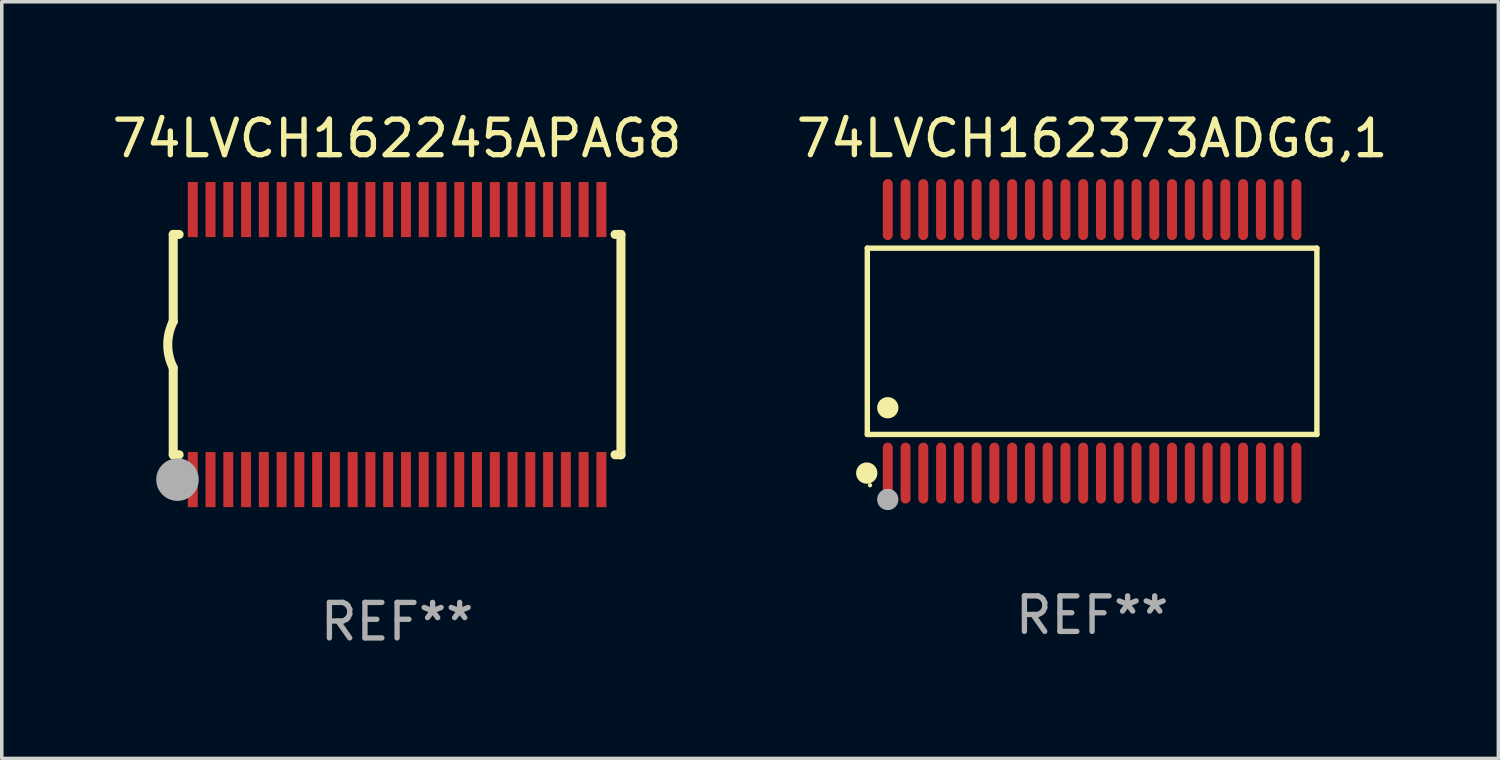
<source format=kicad_pcb>
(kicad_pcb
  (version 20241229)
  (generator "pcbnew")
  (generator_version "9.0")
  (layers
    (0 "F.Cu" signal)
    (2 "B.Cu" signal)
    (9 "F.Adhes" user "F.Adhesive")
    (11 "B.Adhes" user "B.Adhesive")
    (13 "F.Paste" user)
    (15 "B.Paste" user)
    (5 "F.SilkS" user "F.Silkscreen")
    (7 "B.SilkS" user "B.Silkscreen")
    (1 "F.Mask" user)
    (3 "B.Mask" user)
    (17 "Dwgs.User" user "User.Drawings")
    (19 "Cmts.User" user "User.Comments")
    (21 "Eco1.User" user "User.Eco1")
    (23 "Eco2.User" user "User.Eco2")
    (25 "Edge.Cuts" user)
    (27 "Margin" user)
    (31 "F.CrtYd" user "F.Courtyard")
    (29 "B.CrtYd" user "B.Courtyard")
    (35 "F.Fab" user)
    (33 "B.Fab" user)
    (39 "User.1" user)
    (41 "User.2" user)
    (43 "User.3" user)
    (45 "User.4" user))
  (footprint "74LVCH162373ADGG,1"
    (layer "F.Cu")
    (at 27.685 6.556)
    (property "Reference" "74LVCH162373ADGG,1" (at 0 -5.708 0) (layer "F.SilkS") (effects (font (size 1 1) (thickness 0.15))))
    (attr through_hole)
    (fp_line (start -6.326 -2.622) (end 6.326 -2.622) (stroke (width 0.152) (type solid)) (layer "F.SilkS"))
    (fp_line (start -6.326 2.621) (end -6.326 -2.622) (stroke (width 0.152) (type solid)) (layer "F.SilkS"))
    (fp_line (start 6.326 -2.622) (end 6.326 2.621) (stroke (width 0.152) (type solid)) (layer "F.SilkS"))
    (fp_line (start 6.326 2.621) (end -6.326 2.621) (stroke (width 0.152) (type solid)) (layer "F.SilkS"))
    (fp_circle (center -6.342 3.708) (end -6.192 3.708) (stroke (width 0.3) (type solid)) (fill no) (layer "F.SilkS"))
    (fp_circle (center -6.25 4.05) (end -6.22 4.05) (stroke (width 0.06) (type solid)) (fill no) (layer "F.SilkS"))
    (fp_circle (center -5.75 1.869) (end -5.6 1.869) (stroke (width 0.3) (type solid)) (fill no) (layer "F.SilkS"))
    (fp_circle (center -5.75 4.45) (end -5.6 4.45) (stroke (width 0.3) (type solid)) (fill no) (layer "F.Fab"))
    (fp_text user "REF**" (at 0 7.708 0) (layer "F.Fab") (effects (font (size 1 1) (thickness 0.15))))
    (pad "1" smd oval (at -5.75 3.708) (size 0.28 1.715) (layers "F.Cu" "F.Mask" "F.Paste"))
    (pad "2" smd oval (at -5.25 3.708) (size 0.28 1.715) (layers "F.Cu" "F.Mask" "F.Paste"))
    (pad "3" smd oval (at -4.75 3.708) (size 0.28 1.715) (layers "F.Cu" "F.Mask" "F.Paste"))
    (pad "4" smd oval (at -4.25 3.708) (size 0.28 1.715) (layers "F.Cu" "F.Mask" "F.Paste"))
    (pad "5" smd oval (at -3.75 3.708) (size 0.28 1.715) (layers "F.Cu" "F.Mask" "F.Paste"))
    (pad "6" smd oval (at -3.25 3.708) (size 0.28 1.715) (layers "F.Cu" "F.Mask" "F.Paste"))
    (pad "7" smd oval (at -2.75 3.708) (size 0.28 1.715) (layers "F.Cu" "F.Mask" "F.Paste"))
    (pad "8" smd oval (at -2.25 3.708) (size 0.28 1.715) (layers "F.Cu" "F.Mask" "F.Paste"))
    (pad "9" smd oval (at -1.75 3.708) (size 0.28 1.715) (layers "F.Cu" "F.Mask" "F.Paste"))
    (pad "10" smd oval (at -1.25 3.708) (size 0.28 1.715) (layers "F.Cu" "F.Mask" "F.Paste"))
    (pad "11" smd oval (at -0.75 3.708) (size 0.28 1.715) (layers "F.Cu" "F.Mask" "F.Paste"))
    (pad "12" smd oval (at -0.25 3.708) (size 0.28 1.715) (layers "F.Cu" "F.Mask" "F.Paste"))
    (pad "13" smd oval (at 0.25 3.708) (size 0.28 1.715) (layers "F.Cu" "F.Mask" "F.Paste"))
    (pad "14" smd oval (at 0.75 3.708) (size 0.28 1.715) (layers "F.Cu" "F.Mask" "F.Paste"))
    (pad "15" smd oval (at 1.25 3.708) (size 0.28 1.715) (layers "F.Cu" "F.Mask" "F.Paste"))
    (pad "16" smd oval (at 1.75 3.708) (size 0.28 1.715) (layers "F.Cu" "F.Mask" "F.Paste"))
    (pad "17" smd oval (at 2.25 3.708) (size 0.28 1.715) (layers "F.Cu" "F.Mask" "F.Paste"))
    (pad "18" smd oval (at 2.75 3.708) (size 0.28 1.715) (layers "F.Cu" "F.Mask" "F.Paste"))
    (pad "19" smd oval (at 3.25 3.708) (size 0.28 1.715) (layers "F.Cu" "F.Mask" "F.Paste"))
    (pad "20" smd oval (at 3.75 3.708) (size 0.28 1.715) (layers "F.Cu" "F.Mask" "F.Paste"))
    (pad "21" smd oval (at 4.25 3.708) (size 0.28 1.715) (layers "F.Cu" "F.Mask" "F.Paste"))
    (pad "22" smd oval (at 4.75 3.708) (size 0.28 1.715) (layers "F.Cu" "F.Mask" "F.Paste"))
    (pad "23" smd oval (at 5.25 3.708) (size 0.28 1.715) (layers "F.Cu" "F.Mask" "F.Paste"))
    (pad "24" smd oval (at 5.75 3.708) (size 0.28 1.715) (layers "F.Cu" "F.Mask" "F.Paste"))
    (pad "25" smd oval (at 5.75 -3.708) (size 0.28 1.715) (layers "F.Cu" "F.Mask" "F.Paste"))
    (pad "26" smd oval (at 5.25 -3.708) (size 0.28 1.715) (layers "F.Cu" "F.Mask" "F.Paste"))
    (pad "27" smd oval (at 4.75 -3.708) (size 0.28 1.715) (layers "F.Cu" "F.Mask" "F.Paste"))
    (pad "28" smd oval (at 4.25 -3.708) (size 0.28 1.715) (layers "F.Cu" "F.Mask" "F.Paste"))
    (pad "29" smd oval (at 3.75 -3.708) (size 0.28 1.715) (layers "F.Cu" "F.Mask" "F.Paste"))
    (pad "30" smd oval (at 3.25 -3.708) (size 0.28 1.715) (layers "F.Cu" "F.Mask" "F.Paste"))
    (pad "31" smd oval (at 2.75 -3.708) (size 0.28 1.715) (layers "F.Cu" "F.Mask" "F.Paste"))
    (pad "32" smd oval (at 2.25 -3.708) (size 0.28 1.715) (layers "F.Cu" "F.Mask" "F.Paste"))
    (pad "33" smd oval (at 1.75 -3.708) (size 0.28 1.715) (layers "F.Cu" "F.Mask" "F.Paste"))
    (pad "34" smd oval (at 1.25 -3.708) (size 0.28 1.715) (layers "F.Cu" "F.Mask" "F.Paste"))
    (pad "35" smd oval (at 0.75 -3.708) (size 0.28 1.715) (layers "F.Cu" "F.Mask" "F.Paste"))
    (pad "36" smd oval (at 0.25 -3.708) (size 0.28 1.715) (layers "F.Cu" "F.Mask" "F.Paste"))
    (pad "37" smd oval (at -0.25 -3.708) (size 0.28 1.715) (layers "F.Cu" "F.Mask" "F.Paste"))
    (pad "38" smd oval (at -0.75 -3.708) (size 0.28 1.715) (layers "F.Cu" "F.Mask" "F.Paste"))
    (pad "39" smd oval (at -1.25 -3.708) (size 0.28 1.715) (layers "F.Cu" "F.Mask" "F.Paste"))
    (pad "40" smd oval (at -1.75 -3.708) (size 0.28 1.715) (layers "F.Cu" "F.Mask" "F.Paste"))
    (pad "41" smd oval (at -2.25 -3.708) (size 0.28 1.715) (layers "F.Cu" "F.Mask" "F.Paste"))
    (pad "42" smd oval (at -2.75 -3.708) (size 0.28 1.715) (layers "F.Cu" "F.Mask" "F.Paste"))
    (pad "43" smd oval (at -3.25 -3.708) (size 0.28 1.715) (layers "F.Cu" "F.Mask" "F.Paste"))
    (pad "44" smd oval (at -3.75 -3.708) (size 0.28 1.715) (layers "F.Cu" "F.Mask" "F.Paste"))
    (pad "45" smd oval (at -4.25 -3.708) (size 0.28 1.715) (layers "F.Cu" "F.Mask" "F.Paste"))
    (pad "46" smd oval (at -4.75 -3.708) (size 0.28 1.715) (layers "F.Cu" "F.Mask" "F.Paste"))
    (pad "47" smd oval (at -5.25 -3.708) (size 0.28 1.715) (layers "F.Cu" "F.Mask" "F.Paste"))
    (pad "48" smd oval (at -5.75 -3.708) (size 0.28 1.715) (layers "F.Cu" "F.Mask" "F.Paste")))
  (footprint "74LVCH162245APAG8"
    (layer "F.Cu")
    (at 8.125 6.648)
    (property "Reference" "74LVCH162245APAG8" (at 0 -5.8 0) (layer "F.SilkS") (effects (font (size 1 1) (thickness 0.15))))
    (attr through_hole)
    (fp_line (start -6.3 -3.1) (end -6.3 -0.65) (stroke (width 0.254) (type solid)) (layer "F.SilkS"))
    (fp_line (start -6.3 -3.1) (end -6.134 -3.1) (stroke (width 0.254) (type solid)) (layer "F.SilkS"))
    (fp_line (start -6.3 3.1) (end -6.3 0.65) (stroke (width 0.254) (type solid)) (layer "F.SilkS"))
    (fp_line (start -6.3 3.1) (end -6.134 3.1) (stroke (width 0.254) (type solid)) (layer "F.SilkS"))
    (fp_line (start 6.134 -3.1) (end 6.3 -3.1) (stroke (width 0.254) (type solid)) (layer "F.SilkS"))
    (fp_line (start 6.134 3.1) (end 6.3 3.1) (stroke (width 0.254) (type solid)) (layer "F.SilkS"))
    (fp_line (start 6.3 -3.1) (end 6.3 3.1) (stroke (width 0.254) (type solid)) (layer "F.SilkS"))
    (fp_arc (start -6.301016 0.650114) (mid -6.45413 -0.000082) (end -6.3 -0.650038) (stroke (width 0.254001) (type solid)) (layer "F.SilkS"))
    (fp_circle (center -6.35 3.81) (end -6.223 3.81) (stroke (width 0.254) (type solid)) (fill no) (layer "F.SilkS"))
    (fp_circle (center -6.25 4.05) (end -6.22 4.05) (stroke (width 0.06) (type solid)) (fill no) (layer "F.SilkS"))
    (fp_circle (center -6.18 3.8) (end -5.88 3.8) (stroke (width 0.6) (type solid)) (fill no) (layer "F.Fab"))
    (fp_text user "REF**" (at 0 7.8 0) (layer "F.Fab") (effects (font (size 1 1) (thickness 0.15))))
    (pad "1" smd rect (at -5.75 3.8) (size 0.28 1.55) (layers "F.Cu" "F.Mask" "F.Paste"))
    (pad "2" smd rect (at -5.25 3.8) (size 0.28 1.55) (layers "F.Cu" "F.Mask" "F.Paste"))
    (pad "3" smd rect (at -4.75 3.8) (size 0.28 1.55) (layers "F.Cu" "F.Mask" "F.Paste"))
    (pad "4" smd rect (at -4.25 3.8) (size 0.28 1.55) (layers "F.Cu" "F.Mask" "F.Paste"))
    (pad "5" smd rect (at -3.75 3.8) (size 0.28 1.55) (layers "F.Cu" "F.Mask" "F.Paste"))
    (pad "6" smd rect (at -3.25 3.8) (size 0.28 1.55) (layers "F.Cu" "F.Mask" "F.Paste"))
    (pad "7" smd rect (at -2.75 3.8) (size 0.28 1.55) (layers "F.Cu" "F.Mask" "F.Paste"))
    (pad "8" smd rect (at -2.25 3.8) (size 0.28 1.55) (layers "F.Cu" "F.Mask" "F.Paste"))
    (pad "9" smd rect (at -1.75 3.8) (size 0.28 1.55) (layers "F.Cu" "F.Mask" "F.Paste"))
    (pad "10" smd rect (at -1.25 3.8) (size 0.28 1.55) (layers "F.Cu" "F.Mask" "F.Paste"))
    (pad "11" smd rect (at -0.75 3.8) (size 0.28 1.55) (layers "F.Cu" "F.Mask" "F.Paste"))
    (pad "12" smd rect (at -0.25 3.8) (size 0.28 1.55) (layers "F.Cu" "F.Mask" "F.Paste"))
    (pad "13" smd rect (at 0.25 3.8) (size 0.28 1.55) (layers "F.Cu" "F.Mask" "F.Paste"))
    (pad "14" smd rect (at 0.75 3.8) (size 0.28 1.55) (layers "F.Cu" "F.Mask" "F.Paste"))
    (pad "15" smd rect (at 1.25 3.8) (size 0.28 1.55) (layers "F.Cu" "F.Mask" "F.Paste"))
    (pad "16" smd rect (at 1.75 3.8) (size 0.28 1.55) (layers "F.Cu" "F.Mask" "F.Paste"))
    (pad "17" smd rect (at 2.25 3.8) (size 0.28 1.55) (layers "F.Cu" "F.Mask" "F.Paste"))
    (pad "18" smd rect (at 2.75 3.8) (size 0.28 1.55) (layers "F.Cu" "F.Mask" "F.Paste"))
    (pad "19" smd rect (at 3.25 3.8) (size 0.28 1.55) (layers "F.Cu" "F.Mask" "F.Paste"))
    (pad "20" smd rect (at 3.75 3.8) (size 0.28 1.55) (layers "F.Cu" "F.Mask" "F.Paste"))
    (pad "21" smd rect (at 4.25 3.8) (size 0.28 1.55) (layers "F.Cu" "F.Mask" "F.Paste"))
    (pad "22" smd rect (at 4.75 3.8) (size 0.28 1.55) (layers "F.Cu" "F.Mask" "F.Paste"))
    (pad "23" smd rect (at 5.25 3.8) (size 0.28 1.55) (layers "F.Cu" "F.Mask" "F.Paste"))
    (pad "24" smd rect (at 5.75 3.8) (size 0.28 1.55) (layers "F.Cu" "F.Mask" "F.Paste"))
    (pad "25" smd rect (at 5.75 -3.8) (size 0.28 1.55) (layers "F.Cu" "F.Mask" "F.Paste"))
    (pad "26" smd rect (at 5.25 -3.8) (size 0.28 1.55) (layers "F.Cu" "F.Mask" "F.Paste"))
    (pad "27" smd rect (at 4.75 -3.8) (size 0.28 1.55) (layers "F.Cu" "F.Mask" "F.Paste"))
    (pad "28" smd rect (at 4.25 -3.8) (size 0.28 1.55) (layers "F.Cu" "F.Mask" "F.Paste"))
    (pad "29" smd rect (at 3.75 -3.8) (size 0.28 1.55) (layers "F.Cu" "F.Mask" "F.Paste"))
    (pad "30" smd rect (at 3.25 -3.8) (size 0.28 1.55) (layers "F.Cu" "F.Mask" "F.Paste"))
    (pad "31" smd rect (at 2.75 -3.8) (size 0.28 1.55) (layers "F.Cu" "F.Mask" "F.Paste"))
    (pad "32" smd rect (at 2.25 -3.8) (size 0.28 1.55) (layers "F.Cu" "F.Mask" "F.Paste"))
    (pad "33" smd rect (at 1.75 -3.8) (size 0.28 1.55) (layers "F.Cu" "F.Mask" "F.Paste"))
    (pad "34" smd rect (at 1.25 -3.8) (size 0.28 1.55) (layers "F.Cu" "F.Mask" "F.Paste"))
    (pad "35" smd rect (at 0.75 -3.8) (size 0.28 1.55) (layers "F.Cu" "F.Mask" "F.Paste"))
    (pad "36" smd rect (at 0.25 -3.8) (size 0.28 1.55) (layers "F.Cu" "F.Mask" "F.Paste"))
    (pad "37" smd rect (at -0.25 -3.8) (size 0.28 1.55) (layers "F.Cu" "F.Mask" "F.Paste"))
    (pad "38" smd rect (at -0.75 -3.8) (size 0.28 1.55) (layers "F.Cu" "F.Mask" "F.Paste"))
    (pad "39" smd rect (at -1.25 -3.8) (size 0.28 1.55) (layers "F.Cu" "F.Mask" "F.Paste"))
    (pad "40" smd rect (at -1.75 -3.8) (size 0.28 1.55) (layers "F.Cu" "F.Mask" "F.Paste"))
    (pad "41" smd rect (at -2.25 -3.8) (size 0.28 1.55) (layers "F.Cu" "F.Mask" "F.Paste"))
    (pad "42" smd rect (at -2.75 -3.8) (size 0.28 1.55) (layers "F.Cu" "F.Mask" "F.Paste"))
    (pad "43" smd rect (at -3.25 -3.8) (size 0.28 1.55) (layers "F.Cu" "F.Mask" "F.Paste"))
    (pad "44" smd rect (at -3.75 -3.8) (size 0.28 1.55) (layers "F.Cu" "F.Mask" "F.Paste"))
    (pad "45" smd rect (at -4.25 -3.8) (size 0.28 1.55) (layers "F.Cu" "F.Mask" "F.Paste"))
    (pad "46" smd rect (at -4.75 -3.8) (size 0.28 1.55) (layers "F.Cu" "F.Mask" "F.Paste"))
    (pad "47" smd rect (at -5.25 -3.8) (size 0.28 1.55) (layers "F.Cu" "F.Mask" "F.Paste"))
    (pad "48" smd rect (at -5.75 -3.8) (size 0.28 1.55) (layers "F.Cu" "F.Mask" "F.Paste")))
  (gr_rect
    (start -3 -3)
    (end 39.119 18.296)
    (stroke (width 0.1) (type default))
    (fill no)
    (layer "Edge.Cuts")))
</source>
